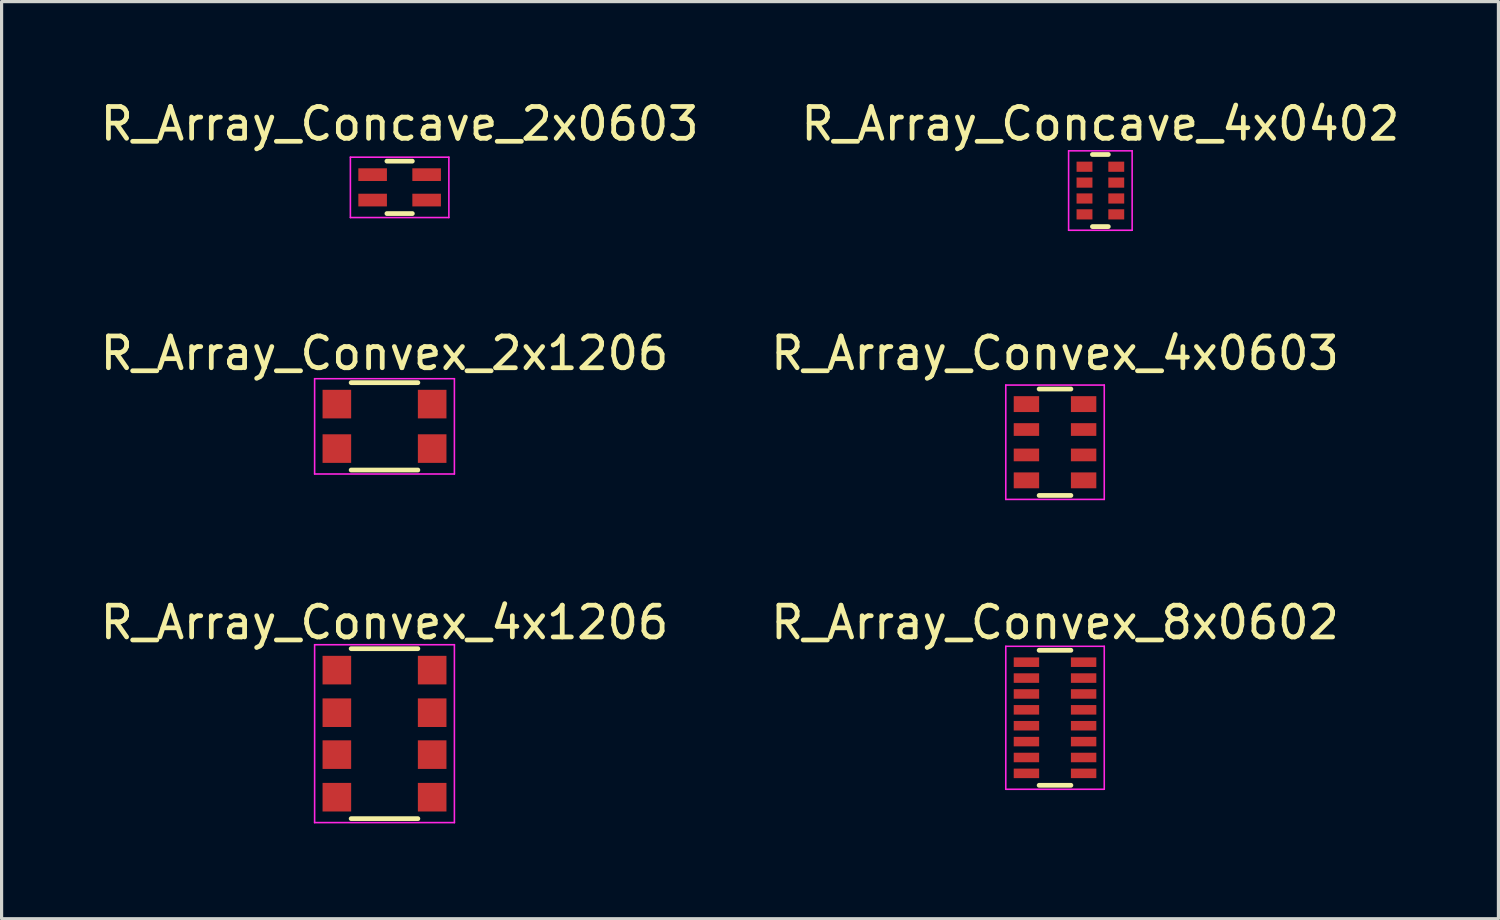
<source format=kicad_pcb>
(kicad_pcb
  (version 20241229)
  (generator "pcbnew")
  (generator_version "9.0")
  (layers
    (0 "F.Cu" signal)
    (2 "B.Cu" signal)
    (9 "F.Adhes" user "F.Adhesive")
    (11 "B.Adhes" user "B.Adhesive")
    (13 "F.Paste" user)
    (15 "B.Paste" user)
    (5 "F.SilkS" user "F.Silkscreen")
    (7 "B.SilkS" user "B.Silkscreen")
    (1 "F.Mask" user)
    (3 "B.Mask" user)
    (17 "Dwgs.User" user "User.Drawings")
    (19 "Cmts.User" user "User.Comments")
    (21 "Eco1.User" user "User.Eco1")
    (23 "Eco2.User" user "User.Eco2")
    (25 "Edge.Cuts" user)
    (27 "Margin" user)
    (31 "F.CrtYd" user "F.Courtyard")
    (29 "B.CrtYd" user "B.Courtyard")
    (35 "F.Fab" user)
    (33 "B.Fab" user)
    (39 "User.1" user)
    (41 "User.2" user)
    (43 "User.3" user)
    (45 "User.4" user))
  (footprint "R_Array_Convex_4x1206"
    (layer "F.Cu")
    (at 9.054 20.045)
    (property "Reference" "R_Array_Convex_4x1206" (at 0 -3.5 0) (layer "F.SilkS") (effects (font (size 1 1) (thickness 0.15))))
    (attr smd)
    (fp_line (start 1.05 -2.675) (end -1.05 -2.675) (stroke (width 0.15) (type solid)) (layer "F.SilkS"))
    (fp_line (start 1.05 2.675) (end -1.05 2.675) (stroke (width 0.15) (type solid)) (layer "F.SilkS"))
    (fp_line (start -2.2 -2.8) (end -2.2 2.8) (stroke (width 0.05) (type solid)) (layer "F.CrtYd"))
    (fp_line (start -2.2 -2.8) (end 2.2 -2.8) (stroke (width 0.05) (type solid)) (layer "F.CrtYd"))
    (fp_line (start -2.2 2.8) (end 2.2 2.8) (stroke (width 0.05) (type solid)) (layer "F.CrtYd"))
    (fp_line (start 2.2 -2.8) (end 2.2 2.8) (stroke (width 0.05) (type solid)) (layer "F.CrtYd"))
    (pad "1" smd rect (at -1.5 -2) (size 0.9 0.9) (layers "F.Cu" "F.Mask" "F.Paste"))
    (pad "2" smd rect (at -1.5 -0.66) (size 0.9 0.9) (layers "F.Cu" "F.Mask" "F.Paste"))
    (pad "3" smd rect (at -1.5 0.66) (size 0.9 0.9) (layers "F.Cu" "F.Mask" "F.Paste"))
    (pad "4" smd rect (at -1.5 2) (size 0.9 0.9) (layers "F.Cu" "F.Mask" "F.Paste"))
    (pad "5" smd rect (at 1.5 2) (size 0.9 0.9) (layers "F.Cu" "F.Mask" "F.Paste"))
    (pad "6" smd rect (at 1.5 0.66) (size 0.9 0.9) (layers "F.Cu" "F.Mask" "F.Paste"))
    (pad "7" smd rect (at 1.5 -0.66) (size 0.9 0.9) (layers "F.Cu" "F.Mask" "F.Paste"))
    (pad "8" smd rect (at 1.5 -2) (size 0.9 0.9) (layers "F.Cu" "F.Mask" "F.Paste")))
  (footprint "R_Array_Concave_4x0402"
    (layer "F.Cu")
    (at 31.589 2.948)
    (property "Reference" "R_Array_Concave_4x0402" (at 0 -2.1 0) (layer "F.SilkS") (effects (font (size 1 1) (thickness 0.15))))
    (attr smd)
    (fp_line (start 0.25 -1.135) (end -0.25 -1.135) (stroke (width 0.15) (type solid)) (layer "F.SilkS"))
    (fp_line (start 0.25 1.135) (end -0.25 1.135) (stroke (width 0.15) (type solid)) (layer "F.SilkS"))
    (fp_line (start -1 -1.25) (end -1 1.25) (stroke (width 0.05) (type solid)) (layer "F.CrtYd"))
    (fp_line (start -1 -1.25) (end 1 -1.25) (stroke (width 0.05) (type solid)) (layer "F.CrtYd"))
    (fp_line (start -1 1.25) (end 1 1.25) (stroke (width 0.05) (type solid)) (layer "F.CrtYd"))
    (fp_line (start 1 -1.25) (end 1 1.25) (stroke (width 0.05) (type solid)) (layer "F.CrtYd"))
    (pad "1" smd rect (at -0.5 -0.75) (size 0.5 0.32) (layers "F.Cu" "F.Mask" "F.Paste"))
    (pad "2" smd rect (at -0.5 -0.25) (size 0.5 0.32) (layers "F.Cu" "F.Mask" "F.Paste"))
    (pad "3" smd rect (at -0.5 0.25) (size 0.5 0.32) (layers "F.Cu" "F.Mask" "F.Paste"))
    (pad "4" smd rect (at -0.5 0.75) (size 0.5 0.32) (layers "F.Cu" "F.Mask" "F.Paste"))
    (pad "5" smd rect (at 0.5 0.75) (size 0.5 0.32) (layers "F.Cu" "F.Mask" "F.Paste"))
    (pad "6" smd rect (at 0.5 0.25) (size 0.5 0.32) (layers "F.Cu" "F.Mask" "F.Paste"))
    (pad "7" smd rect (at 0.5 -0.25) (size 0.5 0.32) (layers "F.Cu" "F.Mask" "F.Paste"))
    (pad "8" smd rect (at 0.5 -0.75) (size 0.5 0.32) (layers "F.Cu" "F.Mask" "F.Paste")))
  (footprint "R_Array_Concave_2x0603"
    (layer "F.Cu")
    (at 9.53 2.848)
    (property "Reference" "R_Array_Concave_2x0603" (at 0 -2 0) (layer "F.SilkS") (effects (font (size 1 1) (thickness 0.15))))
    (attr smd)
    (fp_line (start 0.4 -0.825) (end -0.4 -0.825) (stroke (width 0.15) (type solid)) (layer "F.SilkS"))
    (fp_line (start 0.4 0.825) (end -0.4 0.825) (stroke (width 0.15) (type solid)) (layer "F.SilkS"))
    (fp_line (start -1.55 -0.95) (end -1.55 0.95) (stroke (width 0.05) (type solid)) (layer "F.CrtYd"))
    (fp_line (start -1.55 -0.95) (end 1.55 -0.95) (stroke (width 0.05) (type solid)) (layer "F.CrtYd"))
    (fp_line (start -1.55 0.95) (end 1.55 0.95) (stroke (width 0.05) (type solid)) (layer "F.CrtYd"))
    (fp_line (start 1.55 -0.95) (end 1.55 0.95) (stroke (width 0.05) (type solid)) (layer "F.CrtYd"))
    (pad "1" smd rect (at -0.85 -0.4) (size 0.9 0.4) (layers "F.Cu" "F.Mask" "F.Paste"))
    (pad "2" smd rect (at -0.85 0.4) (size 0.9 0.4) (layers "F.Cu" "F.Mask" "F.Paste"))
    (pad "3" smd rect (at 0.85 0.4) (size 0.9 0.4) (layers "F.Cu" "F.Mask" "F.Paste"))
    (pad "4" smd rect (at 0.85 -0.4) (size 0.9 0.4) (layers "F.Cu" "F.Mask" "F.Paste")))
  (footprint "R_Array_Convex_2x1206"
    (layer "F.Cu")
    (at 9.054 10.371)
    (property "Reference" "R_Array_Convex_2x1206" (at 0 -2.3 0) (layer "F.SilkS") (effects (font (size 1 1) (thickness 0.15))))
    (attr smd)
    (fp_line (start 1.05 -1.375) (end -1.05 -1.375) (stroke (width 0.15) (type solid)) (layer "F.SilkS"))
    (fp_line (start 1.05 1.375) (end -1.05 1.375) (stroke (width 0.15) (type solid)) (layer "F.SilkS"))
    (fp_line (start -2.2 -1.5) (end -2.2 1.5) (stroke (width 0.05) (type solid)) (layer "F.CrtYd"))
    (fp_line (start -2.2 -1.5) (end 2.2 -1.5) (stroke (width 0.05) (type solid)) (layer "F.CrtYd"))
    (fp_line (start -2.2 1.5) (end 2.2 1.5) (stroke (width 0.05) (type solid)) (layer "F.CrtYd"))
    (fp_line (start 2.2 -1.5) (end 2.2 1.5) (stroke (width 0.05) (type solid)) (layer "F.CrtYd"))
    (pad "1" smd rect (at -1.5 -0.7) (size 0.9 0.9) (layers "F.Cu" "F.Mask" "F.Paste"))
    (pad "2" smd rect (at -1.5 0.7) (size 0.9 0.9) (layers "F.Cu" "F.Mask" "F.Paste"))
    (pad "3" smd rect (at 1.5 0.7) (size 0.9 0.9) (layers "F.Cu" "F.Mask" "F.Paste"))
    (pad "4" smd rect (at 1.5 -0.7) (size 0.9 0.9) (layers "F.Cu" "F.Mask" "F.Paste")))
  (footprint "R_Array_Convex_4x0603"
    (layer "F.Cu")
    (at 30.161 10.871)
    (property "Reference" "R_Array_Convex_4x0603" (at 0 -2.8 0) (layer "F.SilkS") (effects (font (size 1 1) (thickness 0.15))))
    (attr smd)
    (fp_line (start 0.5 -1.675) (end -0.5 -1.675) (stroke (width 0.15) (type solid)) (layer "F.SilkS"))
    (fp_line (start 0.5 1.675) (end -0.5 1.675) (stroke (width 0.15) (type solid)) (layer "F.SilkS"))
    (fp_line (start -1.55 -1.8) (end -1.55 1.8) (stroke (width 0.05) (type solid)) (layer "F.CrtYd"))
    (fp_line (start -1.55 -1.8) (end 1.55 -1.8) (stroke (width 0.05) (type solid)) (layer "F.CrtYd"))
    (fp_line (start -1.55 1.8) (end 1.55 1.8) (stroke (width 0.05) (type solid)) (layer "F.CrtYd"))
    (fp_line (start 1.55 -1.8) (end 1.55 1.8) (stroke (width 0.05) (type solid)) (layer "F.CrtYd"))
    (pad "1" smd rect (at -0.9 -1.2) (size 0.8 0.5) (layers "F.Cu" "F.Mask" "F.Paste"))
    (pad "2" smd rect (at -0.9 -0.4) (size 0.8 0.4) (layers "F.Cu" "F.Mask" "F.Paste"))
    (pad "3" smd rect (at -0.9 0.4) (size 0.8 0.4) (layers "F.Cu" "F.Mask" "F.Paste"))
    (pad "4" smd rect (at -0.9 1.2) (size 0.8 0.5) (layers "F.Cu" "F.Mask" "F.Paste"))
    (pad "5" smd rect (at 0.9 1.2) (size 0.8 0.5) (layers "F.Cu" "F.Mask" "F.Paste"))
    (pad "6" smd rect (at 0.9 0.4) (size 0.8 0.4) (layers "F.Cu" "F.Mask" "F.Paste"))
    (pad "7" smd rect (at 0.9 -0.4) (size 0.8 0.4) (layers "F.Cu" "F.Mask" "F.Paste"))
    (pad "8" smd rect (at 0.9 -1.2) (size 0.8 0.5) (layers "F.Cu" "F.Mask" "F.Paste")))
  (footprint "R_Array_Convex_8x0602"
    (layer "F.Cu")
    (at 30.161 19.545)
    (property "Reference" "R_Array_Convex_8x0602" (at 0 -3 0) (layer "F.SilkS") (effects (font (size 1 1) (thickness 0.15))))
    (attr smd)
    (fp_line (start 0.5 -2.125) (end -0.5 -2.125) (stroke (width 0.15) (type solid)) (layer "F.SilkS"))
    (fp_line (start 0.5 2.125) (end -0.5 2.125) (stroke (width 0.15) (type solid)) (layer "F.SilkS"))
    (fp_line (start -1.55 -2.25) (end -1.55 2.25) (stroke (width 0.05) (type solid)) (layer "F.CrtYd"))
    (fp_line (start -1.55 -2.25) (end 1.55 -2.25) (stroke (width 0.05) (type solid)) (layer "F.CrtYd"))
    (fp_line (start -1.55 2.25) (end 1.55 2.25) (stroke (width 0.05) (type solid)) (layer "F.CrtYd"))
    (fp_line (start 1.55 -2.25) (end 1.55 2.25) (stroke (width 0.05) (type solid)) (layer "F.CrtYd"))
    (pad "1" smd rect (at -0.9 -1.75) (size 0.8 0.3) (layers "F.Cu" "F.Mask" "F.Paste"))
    (pad "2" smd rect (at -0.9 -1.25) (size 0.8 0.3) (layers "F.Cu" "F.Mask" "F.Paste"))
    (pad "3" smd rect (at -0.9 -0.75) (size 0.8 0.3) (layers "F.Cu" "F.Mask" "F.Paste"))
    (pad "4" smd rect (at -0.9 -0.25) (size 0.8 0.3) (layers "F.Cu" "F.Mask" "F.Paste"))
    (pad "5" smd rect (at -0.9 0.25) (size 0.8 0.3) (layers "F.Cu" "F.Mask" "F.Paste"))
    (pad "6" smd rect (at -0.9 0.75) (size 0.8 0.3) (layers "F.Cu" "F.Mask" "F.Paste"))
    (pad "7" smd rect (at -0.9 1.25) (size 0.8 0.3) (layers "F.Cu" "F.Mask" "F.Paste"))
    (pad "8" smd rect (at -0.9 1.75) (size 0.8 0.3) (layers "F.Cu" "F.Mask" "F.Paste"))
    (pad "9" smd rect (at 0.9 1.75) (size 0.8 0.3) (layers "F.Cu" "F.Mask" "F.Paste"))
    (pad "10" smd rect (at 0.9 1.25) (size 0.8 0.3) (layers "F.Cu" "F.Mask" "F.Paste"))
    (pad "11" smd rect (at 0.9 0.75) (size 0.8 0.3) (layers "F.Cu" "F.Mask" "F.Paste"))
    (pad "12" smd rect (at 0.9 0.25) (size 0.8 0.3) (layers "F.Cu" "F.Mask" "F.Paste"))
    (pad "13" smd rect (at 0.9 -0.25) (size 0.8 0.3) (layers "F.Cu" "F.Mask" "F.Paste"))
    (pad "14" smd rect (at 0.9 -0.75) (size 0.8 0.3) (layers "F.Cu" "F.Mask" "F.Paste"))
    (pad "15" smd rect (at 0.9 -1.25) (size 0.8 0.3) (layers "F.Cu" "F.Mask" "F.Paste"))
    (pad "16" smd rect (at 0.9 -1.75) (size 0.8 0.3) (layers "F.Cu" "F.Mask" "F.Paste")))
  (gr_rect
    (start -3 -3)
    (end 44.119 25.87)
    (stroke (width 0.1) (type default))
    (fill no)
    (layer "Edge.Cuts")))
</source>
